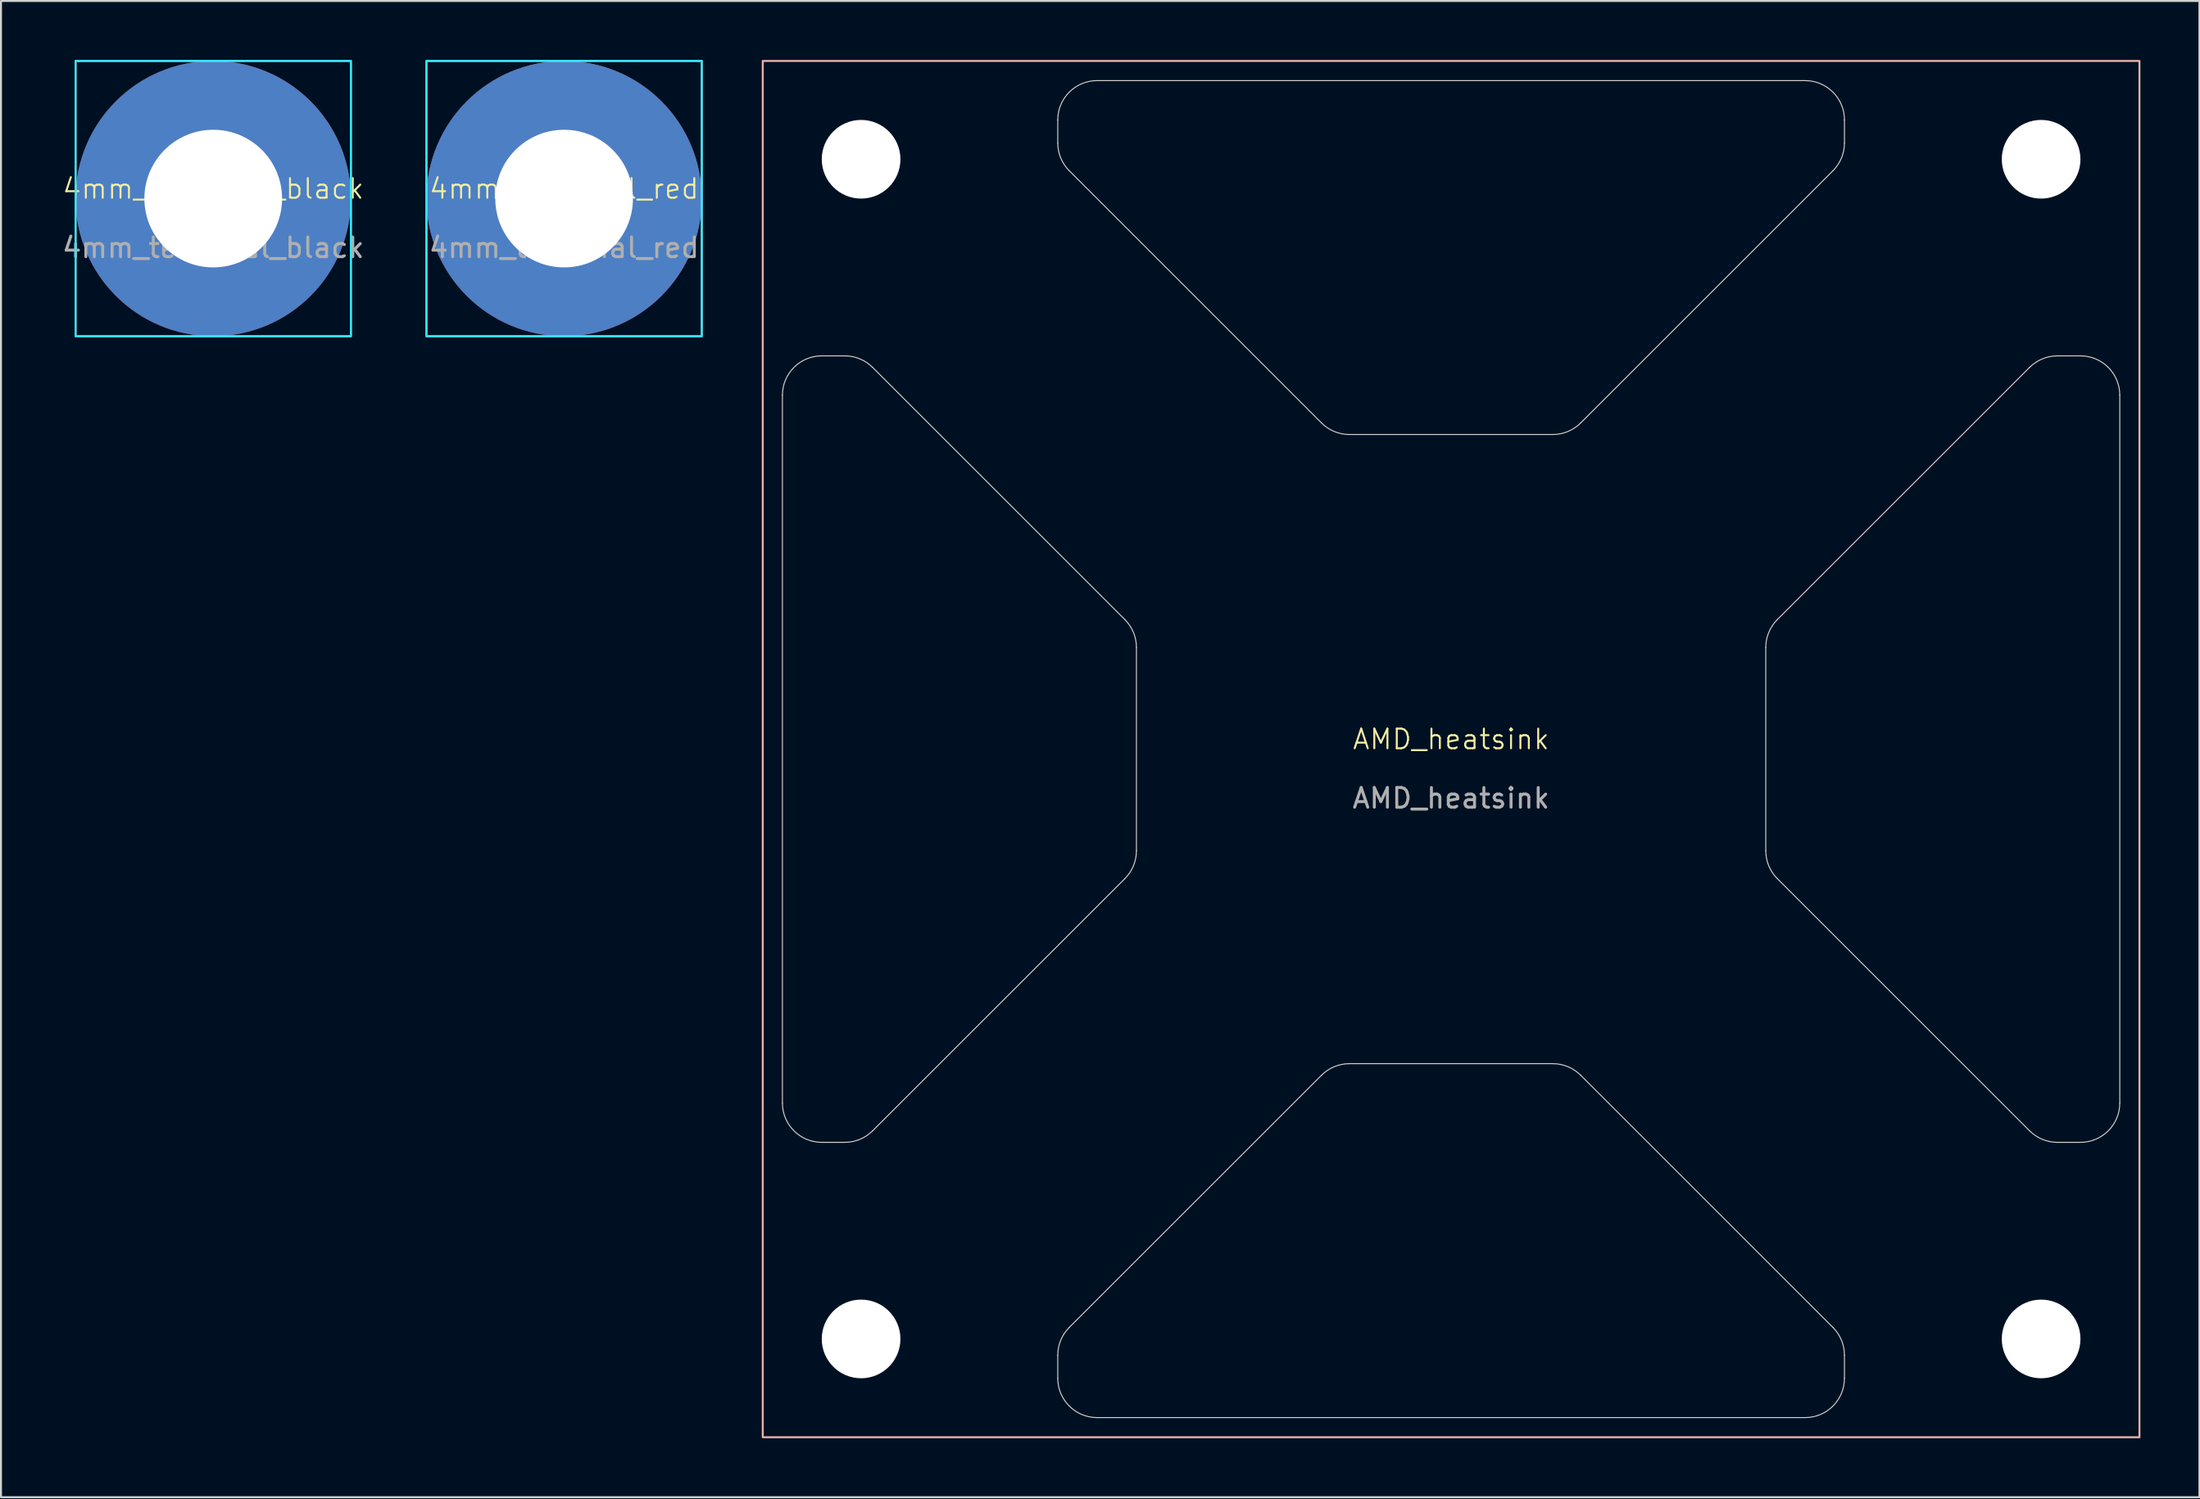
<source format=kicad_pcb>
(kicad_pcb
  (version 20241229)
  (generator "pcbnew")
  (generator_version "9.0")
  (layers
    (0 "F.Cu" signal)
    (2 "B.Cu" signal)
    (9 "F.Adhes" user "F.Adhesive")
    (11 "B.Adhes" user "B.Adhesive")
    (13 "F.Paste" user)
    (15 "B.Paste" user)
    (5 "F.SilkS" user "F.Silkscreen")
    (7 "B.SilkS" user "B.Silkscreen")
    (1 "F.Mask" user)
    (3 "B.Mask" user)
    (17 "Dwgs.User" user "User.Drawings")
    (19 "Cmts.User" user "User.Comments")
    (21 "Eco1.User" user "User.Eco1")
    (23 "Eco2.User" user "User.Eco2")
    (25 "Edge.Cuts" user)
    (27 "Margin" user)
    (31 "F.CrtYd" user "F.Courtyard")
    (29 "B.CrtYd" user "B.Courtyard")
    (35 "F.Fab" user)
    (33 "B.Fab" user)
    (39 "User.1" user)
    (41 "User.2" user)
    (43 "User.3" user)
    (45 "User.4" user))
  (footprint "4mm_terminal_red"
    (layer "F.Cu")
    (at 25.633 7.05)
    (property "Reference" "4mm_terminal_red" (at 0 -0.5 0) (unlocked yes) (layer "F.SilkS") (effects (font (size 1 1) (thickness 0.1))))
    (attr smd)
    (fp_rect (start -7 -7) (end 7 7) (stroke (width 0.1) (type default)) (fill no) (layer "B.SilkS"))
    (fp_rect (start -7 -7) (end 7 7) (stroke (width 0.1) (type default)) (fill no) (layer "B.CrtYd"))
    (fp_text user "${REFERENCE}" (at 0 2.5 0) (unlocked yes) (layer "F.Fab") (effects (font (size 1 1) (thickness 0.15))))
    (pad "1" thru_hole circle (at 0 0) (size 14 14) (drill 7) (layers "*.Cu" "*.Mask")))
  (footprint "AMD_heatsink"
    (layer "F.Cu")
    (at 70.733 35.05)
    (property "Reference" "AMD_heatsink" (at 0 -0.5 0) (unlocked yes) (layer "F.SilkS") (effects (font (size 1 1) (thickness 0.1))))
    (attr smd)
    (fp_rect (start -35 -35) (end 35 35) (stroke (width 0.1) (type default)) (fill no) (layer "B.SilkS"))
    (fp_line (start -34 18) (end -34 -18) (stroke (width 0.05) (type default)) (layer "Edge.Cuts"))
    (fp_line (start -32 -20) (end -30.828 -20) (stroke (width 0.05) (type default)) (layer "Edge.Cuts"))
    (fp_line (start -30.828 20) (end -32 20) (stroke (width 0.05) (type default)) (layer "Edge.Cuts"))
    (fp_line (start -29.414 -19.414) (end -16.586 -6.586) (stroke (width 0.05) (type default)) (layer "Edge.Cuts"))
    (fp_line (start -20 -30.828) (end -20 -32) (stroke (width 0.05) (type default)) (layer "Edge.Cuts"))
    (fp_line (start -20 32) (end -20 30.828) (stroke (width 0.05) (type default)) (layer "Edge.Cuts"))
    (fp_line (start -19.414 29.414) (end -6.586 16.586) (stroke (width 0.05) (type default)) (layer "Edge.Cuts"))
    (fp_line (start -18 -34) (end 18 -34) (stroke (width 0.05) (type default)) (layer "Edge.Cuts"))
    (fp_line (start -16.586 6.586) (end -29.414 19.414) (stroke (width 0.05) (type default)) (layer "Edge.Cuts"))
    (fp_line (start -16 -5.172) (end -16 5.172) (stroke (width 0.05) (type default)) (layer "Edge.Cuts"))
    (fp_line (start -6.586 -16.586) (end -19.414 -29.414) (stroke (width 0.05) (type default)) (layer "Edge.Cuts"))
    (fp_line (start -5.172 16) (end 5.172 16) (stroke (width 0.05) (type default)) (layer "Edge.Cuts"))
    (fp_line (start 5.172 -16) (end -5.172 -16) (stroke (width 0.05) (type default)) (layer "Edge.Cuts"))
    (fp_line (start 6.586 16.586) (end 19.414 29.414) (stroke (width 0.05) (type default)) (layer "Edge.Cuts"))
    (fp_line (start 16 5.172) (end 16 -5.172) (stroke (width 0.05) (type default)) (layer "Edge.Cuts"))
    (fp_line (start 16.586 -6.586) (end 29.414 -19.414) (stroke (width 0.05) (type default)) (layer "Edge.Cuts"))
    (fp_line (start 18 34) (end -18 34) (stroke (width 0.05) (type default)) (layer "Edge.Cuts"))
    (fp_line (start 19.414 -29.414) (end 6.586 -16.586) (stroke (width 0.05) (type default)) (layer "Edge.Cuts"))
    (fp_line (start 20 -32) (end 20 -30.828) (stroke (width 0.05) (type default)) (layer "Edge.Cuts"))
    (fp_line (start 20 30.828) (end 20 32) (stroke (width 0.05) (type default)) (layer "Edge.Cuts"))
    (fp_line (start 29.414 19.414) (end 16.586 6.586) (stroke (width 0.05) (type default)) (layer "Edge.Cuts"))
    (fp_line (start 30.828 -20) (end 32 -20) (stroke (width 0.05) (type default)) (layer "Edge.Cuts"))
    (fp_line (start 32 20) (end 30.828 20) (stroke (width 0.05) (type default)) (layer "Edge.Cuts"))
    (fp_line (start 34 -18) (end 34 18) (stroke (width 0.05) (type default)) (layer "Edge.Cuts"))
    (fp_arc (start -34 -18) (mid -33.414214 -19.414214) (end -32 -20) (stroke (width 0.05) (type default)) (layer "Edge.Cuts"))
    (fp_arc (start -32 20) (mid -33.414214 19.414214) (end -34 18) (stroke (width 0.05) (type default)) (layer "Edge.Cuts"))
    (fp_arc (start -30.828427 -20) (mid -30.06306 -19.847759) (end -29.414213 -19.414213) (stroke (width 0.05) (type default)) (layer "Edge.Cuts"))
    (fp_arc (start -29.414214 19.414214) (mid -30.06306 19.847759) (end -30.828427 20) (stroke (width 0.05) (type default)) (layer "Edge.Cuts"))
    (fp_arc (start -20 -32) (mid -19.414214 -33.414214) (end -18 -34) (stroke (width 0.05) (type default)) (layer "Edge.Cuts"))
    (fp_arc (start -20 30.828427) (mid -19.847759 30.06306) (end -19.414213 29.414213) (stroke (width 0.05) (type default)) (layer "Edge.Cuts"))
    (fp_arc (start -19.414214 -29.414214) (mid -19.847759 -30.06306) (end -20 -30.828427) (stroke (width 0.05) (type default)) (layer "Edge.Cuts"))
    (fp_arc (start -18 34) (mid -19.414214 33.414214) (end -20 32) (stroke (width 0.05) (type default)) (layer "Edge.Cuts"))
    (fp_arc (start -16.585786 -6.585786) (mid -16.152241 -5.93694) (end -16 -5.171573) (stroke (width 0.05) (type default)) (layer "Edge.Cuts"))
    (fp_arc (start -16 5.171573) (mid -16.152241 5.93694) (end -16.585787 6.585787) (stroke (width 0.05) (type default)) (layer "Edge.Cuts"))
    (fp_arc (start -6.585786 16.585786) (mid -5.93694 16.152241) (end -5.171573 16) (stroke (width 0.05) (type default)) (layer "Edge.Cuts"))
    (fp_arc (start -5.171573 -16) (mid -5.93694 -16.152241) (end -6.585787 -16.585787) (stroke (width 0.05) (type default)) (layer "Edge.Cuts"))
    (fp_arc (start 5.171573 16) (mid 5.93694 16.152242) (end 6.585787 16.585787) (stroke (width 0.05) (type default)) (layer "Edge.Cuts"))
    (fp_arc (start 6.585786 -16.585786) (mid 5.93694 -16.152241) (end 5.171573 -16) (stroke (width 0.05) (type default)) (layer "Edge.Cuts"))
    (fp_arc (start 16 -5.171573) (mid 16.152241 -5.93694) (end 16.585787 -6.585787) (stroke (width 0.05) (type default)) (layer "Edge.Cuts"))
    (fp_arc (start 16.585786 6.585786) (mid 16.15224 5.93694) (end 16 5.171573) (stroke (width 0.05) (type default)) (layer "Edge.Cuts"))
    (fp_arc (start 18 -34) (mid 19.414214 -33.414214) (end 20 -32) (stroke (width 0.05) (type default)) (layer "Edge.Cuts"))
    (fp_arc (start 19.414214 29.414214) (mid 19.847759 30.06306) (end 20 30.828427) (stroke (width 0.05) (type default)) (layer "Edge.Cuts"))
    (fp_arc (start 20 -30.828427) (mid 19.847768 -30.063054) (end 19.414213 -29.414213) (stroke (width 0.05) (type default)) (layer "Edge.Cuts"))
    (fp_arc (start 20 32) (mid 19.414214 33.414214) (end 18 34) (stroke (width 0.05) (type default)) (layer "Edge.Cuts"))
    (fp_arc (start 29.414214 -19.414214) (mid 30.06306 -19.847759) (end 30.828427 -20) (stroke (width 0.05) (type default)) (layer "Edge.Cuts"))
    (fp_arc (start 30.828427 20) (mid 30.06306 19.847759) (end 29.414213 19.414213) (stroke (width 0.05) (type default)) (layer "Edge.Cuts"))
    (fp_arc (start 32 -20) (mid 33.414214 -19.414214) (end 34 -18) (stroke (width 0.05) (type default)) (layer "Edge.Cuts"))
    (fp_arc (start 34 18) (mid 33.414214 19.414214) (end 32 20) (stroke (width 0.05) (type default)) (layer "Edge.Cuts"))
    (fp_text user "${REFERENCE}" (at 0 2.5 0) (unlocked yes) (layer "F.Fab") (effects (font (size 1 1) (thickness 0.15))))
    (pad "" np_thru_hole circle (at -30 -30) (size 4 4) (drill 4) (layers "*.Cu" "*.Mask"))
    (pad "" np_thru_hole circle (at -30 30) (size 4 4) (drill 4) (layers "*.Cu" "*.Mask"))
    (pad "" np_thru_hole circle (at 30 -30) (size 4 4) (drill 4) (layers "*.Cu" "*.Mask"))
    (pad "" np_thru_hole circle (at 30 30) (size 4 4) (drill 4) (layers "*.Cu" "*.Mask")))
  (footprint "4mm_terminal_black"
    (layer "F.Cu")
    (at 7.792 7.05)
    (property "Reference" "4mm_terminal_black" (at 0 -0.5 0) (unlocked yes) (layer "F.SilkS") (effects (font (size 1 1) (thickness 0.1))))
    (attr smd)
    (fp_rect (start -7 -7) (end 7 7) (stroke (width 0.1) (type default)) (fill no) (layer "B.SilkS"))
    (fp_rect (start -7 -7) (end 7 7) (stroke (width 0.1) (type default)) (fill no) (layer "B.CrtYd"))
    (fp_text user "${REFERENCE}" (at 0 2.5 0) (unlocked yes) (layer "F.Fab") (effects (font (size 1 1) (thickness 0.15))))
    (pad "" np_thru_hole circle (at 0 0) (size 14 14) (drill 7) (layers "*.Cu" "*.Mask")))
  (gr_rect
    (start -3 -3)
    (end 108.783 73.1)
    (stroke (width 0.1) (type default))
    (fill no)
    (layer "Edge.Cuts")))
</source>
